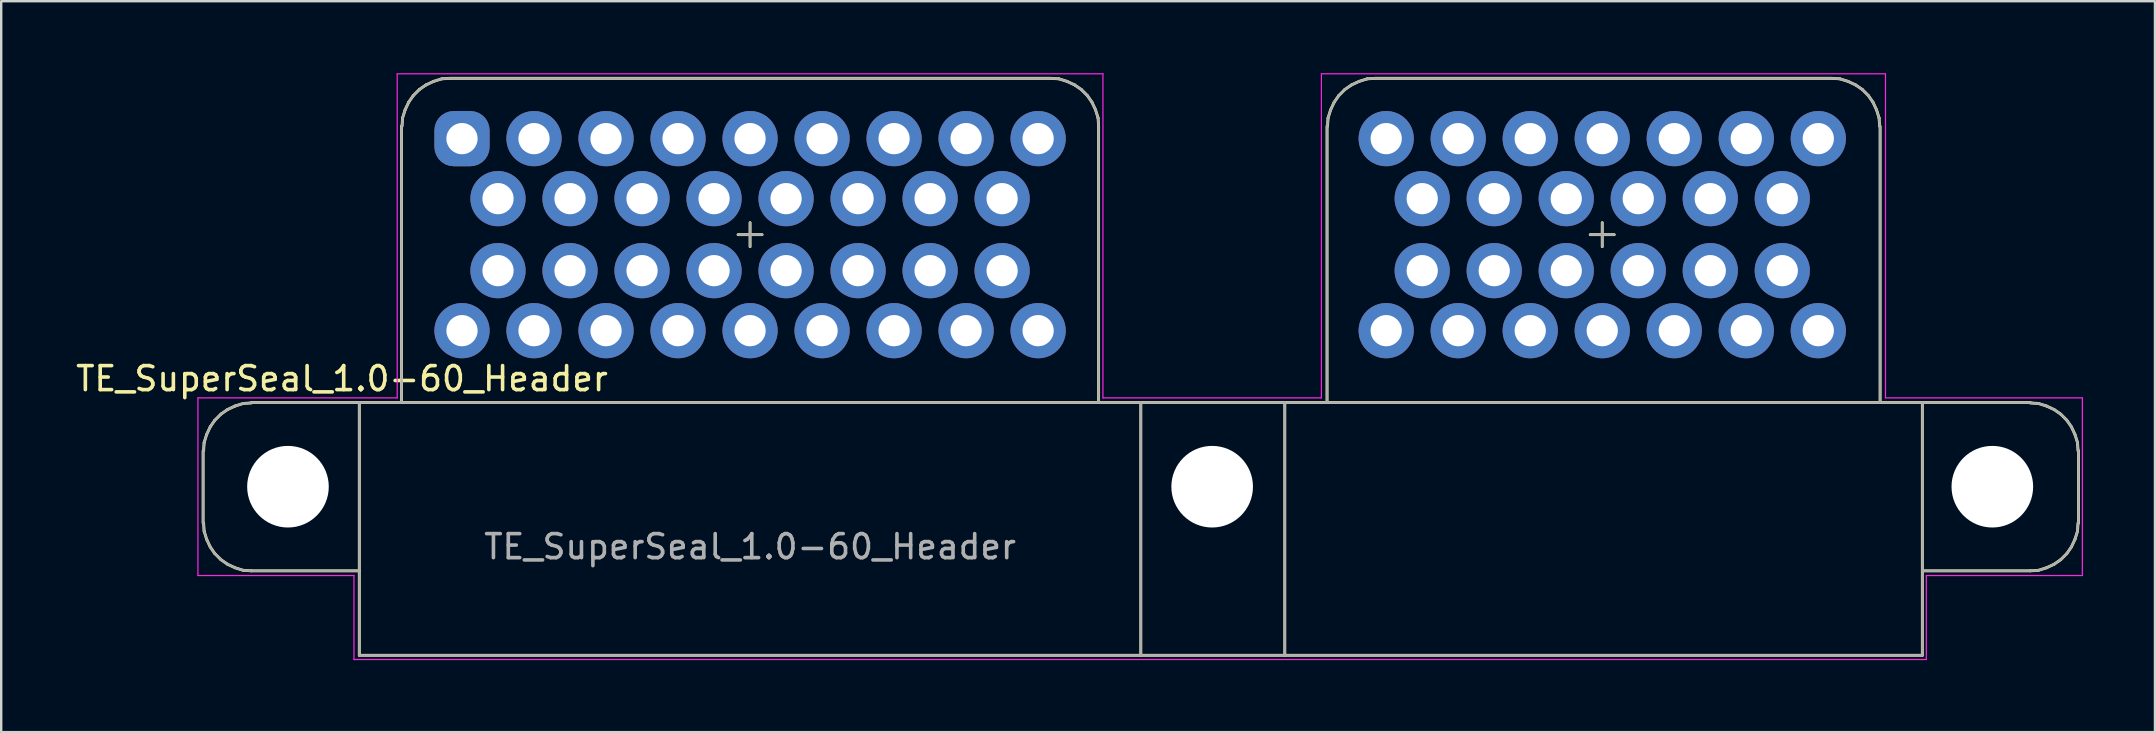
<source format=kicad_pcb>
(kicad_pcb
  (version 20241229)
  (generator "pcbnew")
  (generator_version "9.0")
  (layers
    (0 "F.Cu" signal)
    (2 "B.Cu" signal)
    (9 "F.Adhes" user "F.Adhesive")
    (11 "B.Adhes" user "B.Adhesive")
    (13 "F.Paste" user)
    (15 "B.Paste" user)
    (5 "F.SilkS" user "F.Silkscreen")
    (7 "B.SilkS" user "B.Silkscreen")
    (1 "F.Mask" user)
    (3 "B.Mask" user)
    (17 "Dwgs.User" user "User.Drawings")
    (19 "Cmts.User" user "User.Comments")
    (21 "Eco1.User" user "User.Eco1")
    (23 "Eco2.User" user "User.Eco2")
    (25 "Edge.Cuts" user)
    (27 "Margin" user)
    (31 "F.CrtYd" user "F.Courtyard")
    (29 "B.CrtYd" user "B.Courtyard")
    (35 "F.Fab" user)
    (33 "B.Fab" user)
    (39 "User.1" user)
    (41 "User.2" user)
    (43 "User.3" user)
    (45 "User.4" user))
  (footprint "TE_SuperSeal_1.0-60_Header"
    (layer "F.Cu")
    (at 16.196 2.725)
    (property "Reference" "TE_SuperSeal_1.0-60_Header" (at -5 10 0) (layer "F.SilkS") (effects (font (size 1 1) (thickness 0.15))))
    (attr through_hole)
    (fp_line (start -10.785 16.013) (end -10.785 13.003) (stroke (width 0.12) (type solid)) (layer "F.SilkS"))
    (fp_line (start -10.764 16.013) (end -10.743 16.352) (stroke (width 0.12) (type solid)) (layer "F.SilkS"))
    (fp_line (start -10.743 16.352) (end -10.637 16.691) (stroke (width 0.12) (type solid)) (layer "F.SilkS"))
    (fp_line (start -10.743 12.664) (end -10.764 13.003) (stroke (width 0.12) (type solid)) (layer "F.SilkS"))
    (fp_line (start -10.637 16.691) (end -10.489 17.009) (stroke (width 0.12) (type solid)) (layer "F.SilkS"))
    (fp_line (start -10.637 12.325) (end -10.743 12.664) (stroke (width 0.12) (type solid)) (layer "F.SilkS"))
    (fp_line (start -10.489 17.009) (end -10.298 17.285) (stroke (width 0.12) (type solid)) (layer "F.SilkS"))
    (fp_line (start -10.489 12.007) (end -10.637 12.325) (stroke (width 0.12) (type solid)) (layer "F.SilkS"))
    (fp_line (start -10.298 17.285) (end -10.043 17.539) (stroke (width 0.12) (type solid)) (layer "F.SilkS"))
    (fp_line (start -10.298 11.732) (end -10.489 12.007) (stroke (width 0.12) (type solid)) (layer "F.SilkS"))
    (fp_line (start -10.043 17.539) (end -9.768 17.73) (stroke (width 0.12) (type solid)) (layer "F.SilkS"))
    (fp_line (start -10.043 11.477) (end -10.298 11.732) (stroke (width 0.12) (type solid)) (layer "F.SilkS"))
    (fp_line (start -9.768 17.73) (end -9.45 17.878) (stroke (width 0.12) (type solid)) (layer "F.SilkS"))
    (fp_line (start -9.768 11.286) (end -10.043 11.477) (stroke (width 0.12) (type solid)) (layer "F.SilkS"))
    (fp_line (start -9.45 17.878) (end -9.111 17.984) (stroke (width 0.12) (type solid)) (layer "F.SilkS"))
    (fp_line (start -9.45 11.138) (end -9.768 11.286) (stroke (width 0.12) (type solid)) (layer "F.SilkS"))
    (fp_line (start -9.111 17.984) (end -8.772 18.005) (stroke (width 0.12) (type solid)) (layer "F.SilkS"))
    (fp_line (start -9.111 11.032) (end -9.45 11.138) (stroke (width 0.12) (type solid)) (layer "F.SilkS"))
    (fp_line (start -8.772 11.011) (end -9.111 11.032) (stroke (width 0.12) (type solid)) (layer "F.SilkS"))
    (fp_line (start -4.278 18.005) (end -8.772 18.005) (stroke (width 0.12) (type solid)) (layer "F.SilkS"))
    (fp_line (start -4.278 21.524) (end -4.278 10.99) (stroke (width 0.12) (type solid)) (layer "F.SilkS"))
    (fp_line (start -2.519 10.99) (end -2.519 -0.519) (stroke (width 0.12) (type solid)) (layer "F.SilkS"))
    (fp_line (start -2.476 -0.859) (end -2.498 -0.519) (stroke (width 0.12) (type solid)) (layer "F.SilkS"))
    (fp_line (start -2.371 -1.198) (end -2.476 -0.859) (stroke (width 0.12) (type solid)) (layer "F.SilkS"))
    (fp_line (start -2.222 -1.516) (end -2.371 -1.198) (stroke (width 0.12) (type solid)) (layer "F.SilkS"))
    (fp_line (start -2.031 -1.791) (end -2.222 -1.516) (stroke (width 0.12) (type solid)) (layer "F.SilkS"))
    (fp_line (start -1.777 -2.046) (end -2.031 -1.791) (stroke (width 0.12) (type solid)) (layer "F.SilkS"))
    (fp_line (start -1.502 -2.236) (end -1.777 -2.046) (stroke (width 0.12) (type solid)) (layer "F.SilkS"))
    (fp_line (start -1.184 -2.385) (end -1.502 -2.236) (stroke (width 0.12) (type solid)) (layer "F.SilkS"))
    (fp_line (start -0.844 -2.491) (end -1.184 -2.385) (stroke (width 0.12) (type solid)) (layer "F.SilkS"))
    (fp_line (start -0.505 -2.512) (end -0.844 -2.491) (stroke (width 0.12) (type solid)) (layer "F.SilkS"))
    (fp_line (start -0.505 -2.512) (end 24.527 -2.512) (stroke (width 0.12) (type solid)) (layer "F.SilkS"))
    (fp_line (start 11.5 4) (end 12.5 4) (stroke (width 0.12) (type solid)) (layer "F.SilkS"))
    (fp_line (start 12 4.5) (end 12 3.5) (stroke (width 0.12) (type solid)) (layer "F.SilkS"))
    (fp_line (start 24.866 -2.491) (end 24.526 -2.512) (stroke (width 0.12) (type solid)) (layer "F.SilkS"))
    (fp_line (start 25.205 -2.385) (end 24.866 -2.491) (stroke (width 0.12) (type solid)) (layer "F.SilkS"))
    (fp_line (start 25.523 -2.236) (end 25.205 -2.385) (stroke (width 0.12) (type solid)) (layer "F.SilkS"))
    (fp_line (start 25.798 -2.046) (end 25.523 -2.236) (stroke (width 0.12) (type solid)) (layer "F.SilkS"))
    (fp_line (start 26.053 -1.791) (end 25.798 -2.046) (stroke (width 0.12) (type solid)) (layer "F.SilkS"))
    (fp_line (start 26.243 -1.516) (end 26.053 -1.791) (stroke (width 0.12) (type solid)) (layer "F.SilkS"))
    (fp_line (start 26.392 -1.198) (end 26.243 -1.516) (stroke (width 0.12) (type solid)) (layer "F.SilkS"))
    (fp_line (start 26.498 -0.859) (end 26.392 -1.198) (stroke (width 0.12) (type solid)) (layer "F.SilkS"))
    (fp_line (start 26.519 -0.519) (end 26.498 -0.859) (stroke (width 0.12) (type solid)) (layer "F.SilkS"))
    (fp_line (start 26.519 10.99) (end 26.519 -0.519) (stroke (width 0.12) (type solid)) (layer "F.SilkS"))
    (fp_line (start 28.278 21.534) (end 28.278 10.99) (stroke (width 0.12) (type solid)) (layer "F.SilkS"))
    (fp_line (start 34.276 21.532) (end 34.276 10.99) (stroke (width 0.12) (type solid)) (layer "F.SilkS"))
    (fp_line (start 36.036 10.99) (end 36.036 -0.519) (stroke (width 0.12) (type solid)) (layer "F.SilkS"))
    (fp_line (start 36.078 -0.859) (end 36.057 -0.519) (stroke (width 0.12) (type solid)) (layer "F.SilkS"))
    (fp_line (start 36.184 -1.198) (end 36.078 -0.859) (stroke (width 0.12) (type solid)) (layer "F.SilkS"))
    (fp_line (start 36.332 -1.516) (end 36.184 -1.198) (stroke (width 0.12) (type solid)) (layer "F.SilkS"))
    (fp_line (start 36.523 -1.791) (end 36.332 -1.516) (stroke (width 0.12) (type solid)) (layer "F.SilkS"))
    (fp_line (start 36.777 -2.046) (end 36.523 -1.791) (stroke (width 0.12) (type solid)) (layer "F.SilkS"))
    (fp_line (start 37.053 -2.236) (end 36.777 -2.046) (stroke (width 0.12) (type solid)) (layer "F.SilkS"))
    (fp_line (start 37.371 -2.385) (end 37.053 -2.236) (stroke (width 0.12) (type solid)) (layer "F.SilkS"))
    (fp_line (start 37.71 -2.491) (end 37.371 -2.385) (stroke (width 0.12) (type solid)) (layer "F.SilkS"))
    (fp_line (start 38.049 -2.512) (end 37.71 -2.491) (stroke (width 0.12) (type solid)) (layer "F.SilkS"))
    (fp_line (start 47 4) (end 48 4) (stroke (width 0.12) (type solid)) (layer "F.SilkS"))
    (fp_line (start 47.5 4.5) (end 47.5 3.5) (stroke (width 0.12) (type solid)) (layer "F.SilkS"))
    (fp_line (start 57.062 -2.512) (end 38.049 -2.512) (stroke (width 0.12) (type solid)) (layer "F.SilkS"))
    (fp_line (start 57.401 -2.491) (end 57.062 -2.512) (stroke (width 0.12) (type solid)) (layer "F.SilkS"))
    (fp_line (start 57.74 -2.385) (end 57.401 -2.491) (stroke (width 0.12) (type solid)) (layer "F.SilkS"))
    (fp_line (start 58.058 -2.236) (end 57.74 -2.385) (stroke (width 0.12) (type solid)) (layer "F.SilkS"))
    (fp_line (start 58.334 -2.046) (end 58.058 -2.236) (stroke (width 0.12) (type solid)) (layer "F.SilkS"))
    (fp_line (start 58.588 -1.791) (end 58.334 -2.046) (stroke (width 0.12) (type solid)) (layer "F.SilkS"))
    (fp_line (start 58.778 -1.516) (end 58.588 -1.791) (stroke (width 0.12) (type solid)) (layer "F.SilkS"))
    (fp_line (start 58.927 -1.198) (end 58.778 -1.516) (stroke (width 0.12) (type solid)) (layer "F.SilkS"))
    (fp_line (start 59.033 -0.859) (end 58.927 -1.198) (stroke (width 0.12) (type solid)) (layer "F.SilkS"))
    (fp_line (start 59.054 -0.519) (end 59.033 -0.859) (stroke (width 0.12) (type solid)) (layer "F.SilkS"))
    (fp_line (start 59.075 10.99) (end 59.075 -0.519) (stroke (width 0.12) (type solid)) (layer "F.SilkS"))
    (fp_line (start 60.835 18.005) (end 65.328 18.005) (stroke (width 0.12) (type solid)) (layer "F.SilkS"))
    (fp_line (start 60.835 21.524) (end -4.278 21.524) (stroke (width 0.12) (type solid)) (layer "F.SilkS"))
    (fp_line (start 60.835 21.524) (end 60.835 10.99) (stroke (width 0.12) (type solid)) (layer "F.SilkS"))
    (fp_line (start 65.328 10.99) (end -8.772 10.99) (stroke (width 0.12) (type solid)) (layer "F.SilkS"))
    (fp_line (start 65.328 18.005) (end 65.667 17.984) (stroke (width 0.12) (type solid)) (layer "F.SilkS"))
    (fp_line (start 65.667 11.032) (end 65.328 11.011) (stroke (width 0.12) (type solid)) (layer "F.SilkS"))
    (fp_line (start 65.667 17.984) (end 66.006 17.878) (stroke (width 0.12) (type solid)) (layer "F.SilkS"))
    (fp_line (start 66.006 11.138) (end 65.667 11.032) (stroke (width 0.12) (type solid)) (layer "F.SilkS"))
    (fp_line (start 66.006 17.878) (end 66.324 17.73) (stroke (width 0.12) (type solid)) (layer "F.SilkS"))
    (fp_line (start 66.324 11.286) (end 66.006 11.138) (stroke (width 0.12) (type solid)) (layer "F.SilkS"))
    (fp_line (start 66.324 17.73) (end 66.6 17.539) (stroke (width 0.12) (type solid)) (layer "F.SilkS"))
    (fp_line (start 66.6 11.477) (end 66.324 11.286) (stroke (width 0.12) (type solid)) (layer "F.SilkS"))
    (fp_line (start 66.6 17.539) (end 66.854 17.285) (stroke (width 0.12) (type solid)) (layer "F.SilkS"))
    (fp_line (start 66.854 11.732) (end 66.6 11.477) (stroke (width 0.12) (type solid)) (layer "F.SilkS"))
    (fp_line (start 66.854 17.285) (end 67.045 17.009) (stroke (width 0.12) (type solid)) (layer "F.SilkS"))
    (fp_line (start 67.045 12.007) (end 66.854 11.732) (stroke (width 0.12) (type solid)) (layer "F.SilkS"))
    (fp_line (start 67.045 17.009) (end 67.193 16.691) (stroke (width 0.12) (type solid)) (layer "F.SilkS"))
    (fp_line (start 67.193 12.325) (end 67.045 12.007) (stroke (width 0.12) (type solid)) (layer "F.SilkS"))
    (fp_line (start 67.193 16.691) (end 67.299 16.352) (stroke (width 0.12) (type solid)) (layer "F.SilkS"))
    (fp_line (start 67.299 12.664) (end 67.193 12.325) (stroke (width 0.12) (type solid)) (layer "F.SilkS"))
    (fp_line (start 67.299 16.352) (end 67.32 16.013) (stroke (width 0.12) (type solid)) (layer "F.SilkS"))
    (fp_line (start 67.32 13.003) (end 67.299 12.664) (stroke (width 0.12) (type solid)) (layer "F.SilkS"))
    (fp_line (start 67.342 16.013) (end 67.342 13.003) (stroke (width 0.12) (type solid)) (layer "F.SilkS"))
    (fp_line (start -11 10.8) (end -11 18.2) (stroke (width 0.05) (type solid)) (layer "F.CrtYd"))
    (fp_line (start -11 18.2) (end -4.5 18.2) (stroke (width 0.05) (type solid)) (layer "F.CrtYd"))
    (fp_line (start -4.5 18.2) (end -4.5 21.7) (stroke (width 0.05) (type solid)) (layer "F.CrtYd"))
    (fp_line (start -4.5 21.7) (end 61 21.7) (stroke (width 0.05) (type solid)) (layer "F.CrtYd"))
    (fp_line (start -2.7 -2.7) (end -2.7 10.8) (stroke (width 0.05) (type solid)) (layer "F.CrtYd"))
    (fp_line (start -2.7 10.8) (end -11 10.8) (stroke (width 0.05) (type solid)) (layer "F.CrtYd"))
    (fp_line (start 26.7 -2.7) (end -2.7 -2.7) (stroke (width 0.05) (type solid)) (layer "F.CrtYd"))
    (fp_line (start 26.7 10.8) (end 26.7 -2.7) (stroke (width 0.05) (type solid)) (layer "F.CrtYd"))
    (fp_line (start 35.8 -2.7) (end 35.8 10.8) (stroke (width 0.05) (type solid)) (layer "F.CrtYd"))
    (fp_line (start 35.8 10.8) (end 26.7 10.8) (stroke (width 0.05) (type solid)) (layer "F.CrtYd"))
    (fp_line (start 59.3 -2.7) (end 35.8 -2.7) (stroke (width 0.05) (type solid)) (layer "F.CrtYd"))
    (fp_line (start 59.3 10.8) (end 59.3 -2.7) (stroke (width 0.05) (type solid)) (layer "F.CrtYd"))
    (fp_line (start 61 18.2) (end 67.5 18.2) (stroke (width 0.05) (type solid)) (layer "F.CrtYd"))
    (fp_line (start 61 21.7) (end 61 18.2) (stroke (width 0.05) (type solid)) (layer "F.CrtYd"))
    (fp_line (start 67.5 10.8) (end 59.3 10.8) (stroke (width 0.05) (type solid)) (layer "F.CrtYd"))
    (fp_line (start 67.5 18.2) (end 67.5 10.8) (stroke (width 0.05) (type solid)) (layer "F.CrtYd"))
    (fp_line (start -10.785 16.013) (end -10.785 13.003) (stroke (width 0.1) (type solid)) (layer "F.Fab"))
    (fp_line (start -10.764 16.013) (end -10.743 16.352) (stroke (width 0.1) (type solid)) (layer "F.Fab"))
    (fp_line (start -10.743 16.352) (end -10.637 16.691) (stroke (width 0.1) (type solid)) (layer "F.Fab"))
    (fp_line (start -10.743 12.664) (end -10.764 13.003) (stroke (width 0.1) (type solid)) (layer "F.Fab"))
    (fp_line (start -10.637 16.691) (end -10.489 17.009) (stroke (width 0.1) (type solid)) (layer "F.Fab"))
    (fp_line (start -10.637 12.325) (end -10.743 12.664) (stroke (width 0.1) (type solid)) (layer "F.Fab"))
    (fp_line (start -10.489 17.009) (end -10.298 17.285) (stroke (width 0.1) (type solid)) (layer "F.Fab"))
    (fp_line (start -10.489 12.007) (end -10.637 12.325) (stroke (width 0.1) (type solid)) (layer "F.Fab"))
    (fp_line (start -10.298 17.285) (end -10.043 17.539) (stroke (width 0.1) (type solid)) (layer "F.Fab"))
    (fp_line (start -10.298 11.732) (end -10.489 12.007) (stroke (width 0.1) (type solid)) (layer "F.Fab"))
    (fp_line (start -10.043 17.539) (end -9.768 17.73) (stroke (width 0.1) (type solid)) (layer "F.Fab"))
    (fp_line (start -10.043 11.477) (end -10.298 11.732) (stroke (width 0.1) (type solid)) (layer "F.Fab"))
    (fp_line (start -9.768 17.73) (end -9.45 17.878) (stroke (width 0.1) (type solid)) (layer "F.Fab"))
    (fp_line (start -9.768 11.286) (end -10.043 11.477) (stroke (width 0.1) (type solid)) (layer "F.Fab"))
    (fp_line (start -9.45 17.878) (end -9.111 17.984) (stroke (width 0.1) (type solid)) (layer "F.Fab"))
    (fp_line (start -9.45 11.138) (end -9.768 11.286) (stroke (width 0.1) (type solid)) (layer "F.Fab"))
    (fp_line (start -9.111 17.984) (end -8.772 18.005) (stroke (width 0.1) (type solid)) (layer "F.Fab"))
    (fp_line (start -9.111 11.032) (end -9.45 11.138) (stroke (width 0.1) (type solid)) (layer "F.Fab"))
    (fp_line (start -8.772 11.011) (end -9.111 11.032) (stroke (width 0.1) (type solid)) (layer "F.Fab"))
    (fp_line (start -4.278 18.005) (end -8.772 18.005) (stroke (width 0.1) (type solid)) (layer "F.Fab"))
    (fp_line (start -4.278 21.524) (end -4.278 10.99) (stroke (width 0.1) (type solid)) (layer "F.Fab"))
    (fp_line (start -2.519 10.99) (end -2.519 -0.519) (stroke (width 0.1) (type solid)) (layer "F.Fab"))
    (fp_line (start -2.476 -0.859) (end -2.498 -0.519) (stroke (width 0.1) (type solid)) (layer "F.Fab"))
    (fp_line (start -2.371 -1.198) (end -2.476 -0.859) (stroke (width 0.1) (type solid)) (layer "F.Fab"))
    (fp_line (start -2.222 -1.516) (end -2.371 -1.198) (stroke (width 0.1) (type solid)) (layer "F.Fab"))
    (fp_line (start -2.031 -1.791) (end -2.222 -1.516) (stroke (width 0.1) (type solid)) (layer "F.Fab"))
    (fp_line (start -1.777 -2.046) (end -2.031 -1.791) (stroke (width 0.1) (type solid)) (layer "F.Fab"))
    (fp_line (start -1.502 -2.236) (end -1.777 -2.046) (stroke (width 0.1) (type solid)) (layer "F.Fab"))
    (fp_line (start -1.184 -2.385) (end -1.502 -2.236) (stroke (width 0.1) (type solid)) (layer "F.Fab"))
    (fp_line (start -0.844 -2.491) (end -1.184 -2.385) (stroke (width 0.1) (type solid)) (layer "F.Fab"))
    (fp_line (start -0.505 -2.512) (end -0.844 -2.491) (stroke (width 0.1) (type solid)) (layer "F.Fab"))
    (fp_line (start -0.505 -2.512) (end 24.527 -2.512) (stroke (width 0.1) (type solid)) (layer "F.Fab"))
    (fp_line (start 11.5 4) (end 12.5 4) (stroke (width 0.1) (type solid)) (layer "F.Fab"))
    (fp_line (start 12 4.5) (end 12 3.5) (stroke (width 0.1) (type solid)) (layer "F.Fab"))
    (fp_line (start 24.866 -2.491) (end 24.526 -2.512) (stroke (width 0.1) (type solid)) (layer "F.Fab"))
    (fp_line (start 25.205 -2.385) (end 24.866 -2.491) (stroke (width 0.1) (type solid)) (layer "F.Fab"))
    (fp_line (start 25.523 -2.236) (end 25.205 -2.385) (stroke (width 0.1) (type solid)) (layer "F.Fab"))
    (fp_line (start 25.798 -2.046) (end 25.523 -2.236) (stroke (width 0.1) (type solid)) (layer "F.Fab"))
    (fp_line (start 26.053 -1.791) (end 25.798 -2.046) (stroke (width 0.1) (type solid)) (layer "F.Fab"))
    (fp_line (start 26.243 -1.516) (end 26.053 -1.791) (stroke (width 0.1) (type solid)) (layer "F.Fab"))
    (fp_line (start 26.392 -1.198) (end 26.243 -1.516) (stroke (width 0.1) (type solid)) (layer "F.Fab"))
    (fp_line (start 26.498 -0.859) (end 26.392 -1.198) (stroke (width 0.1) (type solid)) (layer "F.Fab"))
    (fp_line (start 26.519 -0.519) (end 26.498 -0.859) (stroke (width 0.1) (type solid)) (layer "F.Fab"))
    (fp_line (start 26.519 10.99) (end 26.519 -0.519) (stroke (width 0.1) (type solid)) (layer "F.Fab"))
    (fp_line (start 28.278 21.534) (end 28.278 10.99) (stroke (width 0.1) (type solid)) (layer "F.Fab"))
    (fp_line (start 34.276 21.532) (end 34.276 10.99) (stroke (width 0.1) (type solid)) (layer "F.Fab"))
    (fp_line (start 36.036 10.99) (end 36.036 -0.519) (stroke (width 0.1) (type solid)) (layer "F.Fab"))
    (fp_line (start 36.078 -0.859) (end 36.057 -0.519) (stroke (width 0.1) (type solid)) (layer "F.Fab"))
    (fp_line (start 36.184 -1.198) (end 36.078 -0.859) (stroke (width 0.1) (type solid)) (layer "F.Fab"))
    (fp_line (start 36.332 -1.516) (end 36.184 -1.198) (stroke (width 0.1) (type solid)) (layer "F.Fab"))
    (fp_line (start 36.523 -1.791) (end 36.332 -1.516) (stroke (width 0.1) (type solid)) (layer "F.Fab"))
    (fp_line (start 36.777 -2.046) (end 36.523 -1.791) (stroke (width 0.1) (type solid)) (layer "F.Fab"))
    (fp_line (start 37.053 -2.236) (end 36.777 -2.046) (stroke (width 0.1) (type solid)) (layer "F.Fab"))
    (fp_line (start 37.371 -2.385) (end 37.053 -2.236) (stroke (width 0.1) (type solid)) (layer "F.Fab"))
    (fp_line (start 37.71 -2.491) (end 37.371 -2.385) (stroke (width 0.1) (type solid)) (layer "F.Fab"))
    (fp_line (start 38.049 -2.512) (end 37.71 -2.491) (stroke (width 0.1) (type solid)) (layer "F.Fab"))
    (fp_line (start 47 4) (end 48 4) (stroke (width 0.1) (type solid)) (layer "F.Fab"))
    (fp_line (start 47.5 4.5) (end 47.5 3.5) (stroke (width 0.1) (type solid)) (layer "F.Fab"))
    (fp_line (start 57.062 -2.512) (end 38.049 -2.512) (stroke (width 0.1) (type solid)) (layer "F.Fab"))
    (fp_line (start 57.401 -2.491) (end 57.062 -2.512) (stroke (width 0.1) (type solid)) (layer "F.Fab"))
    (fp_line (start 57.74 -2.385) (end 57.401 -2.491) (stroke (width 0.1) (type solid)) (layer "F.Fab"))
    (fp_line (start 58.058 -2.236) (end 57.74 -2.385) (stroke (width 0.1) (type solid)) (layer "F.Fab"))
    (fp_line (start 58.334 -2.046) (end 58.058 -2.236) (stroke (width 0.1) (type solid)) (layer "F.Fab"))
    (fp_line (start 58.588 -1.791) (end 58.334 -2.046) (stroke (width 0.1) (type solid)) (layer "F.Fab"))
    (fp_line (start 58.778 -1.516) (end 58.588 -1.791) (stroke (width 0.1) (type solid)) (layer "F.Fab"))
    (fp_line (start 58.927 -1.198) (end 58.778 -1.516) (stroke (width 0.1) (type solid)) (layer "F.Fab"))
    (fp_line (start 59.033 -0.859) (end 58.927 -1.198) (stroke (width 0.1) (type solid)) (layer "F.Fab"))
    (fp_line (start 59.054 -0.519) (end 59.033 -0.859) (stroke (width 0.1) (type solid)) (layer "F.Fab"))
    (fp_line (start 59.075 10.99) (end 59.075 -0.519) (stroke (width 0.1) (type solid)) (layer "F.Fab"))
    (fp_line (start 60.835 18.005) (end 65.328 18.005) (stroke (width 0.1) (type solid)) (layer "F.Fab"))
    (fp_line (start 60.835 21.524) (end -4.278 21.524) (stroke (width 0.1) (type solid)) (layer "F.Fab"))
    (fp_line (start 60.835 21.524) (end 60.835 10.99) (stroke (width 0.1) (type solid)) (layer "F.Fab"))
    (fp_line (start 65.328 10.99) (end -8.772 10.99) (stroke (width 0.1) (type solid)) (layer "F.Fab"))
    (fp_line (start 65.328 18.005) (end 65.667 17.984) (stroke (width 0.1) (type solid)) (layer "F.Fab"))
    (fp_line (start 65.667 11.032) (end 65.328 11.011) (stroke (width 0.1) (type solid)) (layer "F.Fab"))
    (fp_line (start 65.667 17.984) (end 66.006 17.878) (stroke (width 0.1) (type solid)) (layer "F.Fab"))
    (fp_line (start 66.006 11.138) (end 65.667 11.032) (stroke (width 0.1) (type solid)) (layer "F.Fab"))
    (fp_line (start 66.006 17.878) (end 66.324 17.73) (stroke (width 0.1) (type solid)) (layer "F.Fab"))
    (fp_line (start 66.324 11.286) (end 66.006 11.138) (stroke (width 0.1) (type solid)) (layer "F.Fab"))
    (fp_line (start 66.324 17.73) (end 66.6 17.539) (stroke (width 0.1) (type solid)) (layer "F.Fab"))
    (fp_line (start 66.6 11.477) (end 66.324 11.286) (stroke (width 0.1) (type solid)) (layer "F.Fab"))
    (fp_line (start 66.6 17.539) (end 66.854 17.285) (stroke (width 0.1) (type solid)) (layer "F.Fab"))
    (fp_line (start 66.854 11.732) (end 66.6 11.477) (stroke (width 0.1) (type solid)) (layer "F.Fab"))
    (fp_line (start 66.854 17.285) (end 67.045 17.009) (stroke (width 0.1) (type solid)) (layer "F.Fab"))
    (fp_line (start 67.045 12.007) (end 66.854 11.732) (stroke (width 0.1) (type solid)) (layer "F.Fab"))
    (fp_line (start 67.045 17.009) (end 67.193 16.691) (stroke (width 0.1) (type solid)) (layer "F.Fab"))
    (fp_line (start 67.193 12.325) (end 67.045 12.007) (stroke (width 0.1) (type solid)) (layer "F.Fab"))
    (fp_line (start 67.193 16.691) (end 67.299 16.352) (stroke (width 0.1) (type solid)) (layer "F.Fab"))
    (fp_line (start 67.299 12.664) (end 67.193 12.325) (stroke (width 0.1) (type solid)) (layer "F.Fab"))
    (fp_line (start 67.299 16.352) (end 67.32 16.013) (stroke (width 0.1) (type solid)) (layer "F.Fab"))
    (fp_line (start 67.32 13.003) (end 67.299 12.664) (stroke (width 0.1) (type solid)) (layer "F.Fab"))
    (fp_line (start 67.342 16.013) (end 67.342 13.003) (stroke (width 0.1) (type solid)) (layer "F.Fab"))
    (fp_text user "${REFERENCE}" (at 12 17 0) (layer "F.Fab") (effects (font (size 1 1) (thickness 0.15))))
    (pad "" np_thru_hole circle (at -7.25 14.5) (size 3.4 3.4) (drill 3.4) (layers "*.Cu" "*.Mask"))
    (pad "" np_thru_hole circle (at 31.25 14.5) (size 3.4 3.4) (drill 3.4) (layers "*.Cu" "*.Mask"))
    (pad "" np_thru_hole circle (at 63.75 14.5) (size 3.4 3.4) (drill 3.4) (layers "*.Cu" "*.Mask"))
    (pad "A1" thru_hole roundrect (at 0 0) (size 2.3 2.3) (drill 1.3) (layers "*.Cu" "*.Mask") (roundrect_rratio 0.35))
    (pad "A2" thru_hole circle (at 3 0) (size 2.3 2.3) (drill 1.3) (layers "*.Cu" "*.Mask"))
    (pad "A3" thru_hole circle (at 6 0) (size 2.3 2.3) (drill 1.3) (layers "*.Cu" "*.Mask"))
    (pad "A4" thru_hole circle (at 9 0) (size 2.3 2.3) (drill 1.3) (layers "*.Cu" "*.Mask"))
    (pad "A5" thru_hole circle (at 12 0) (size 2.3 2.3) (drill 1.3) (layers "*.Cu" "*.Mask"))
    (pad "A6" thru_hole circle (at 15 0) (size 2.3 2.3) (drill 1.3) (layers "*.Cu" "*.Mask"))
    (pad "A7" thru_hole circle (at 18 0) (size 2.3 2.3) (drill 1.3) (layers "*.Cu" "*.Mask"))
    (pad "A8" thru_hole circle (at 21 0) (size 2.3 2.3) (drill 1.3) (layers "*.Cu" "*.Mask"))
    (pad "A9" thru_hole circle (at 24 0) (size 2.3 2.3) (drill 1.3) (layers "*.Cu" "*.Mask"))
    (pad "A10" thru_hole circle (at 1.5 2.5) (size 2.3 2.3) (drill 1.3) (layers "*.Cu" "*.Mask"))
    (pad "A11" thru_hole circle (at 4.5 2.5) (size 2.3 2.3) (drill 1.3) (layers "*.Cu" "*.Mask"))
    (pad "A12" thru_hole circle (at 7.5 2.5) (size 2.3 2.3) (drill 1.3) (layers "*.Cu" "*.Mask"))
    (pad "A13" thru_hole circle (at 10.5 2.5) (size 2.3 2.3) (drill 1.3) (layers "*.Cu" "*.Mask"))
    (pad "A14" thru_hole circle (at 13.5 2.5) (size 2.3 2.3) (drill 1.3) (layers "*.Cu" "*.Mask"))
    (pad "A15" thru_hole circle (at 16.5 2.5) (size 2.3 2.3) (drill 1.3) (layers "*.Cu" "*.Mask"))
    (pad "A16" thru_hole circle (at 19.5 2.5) (size 2.3 2.3) (drill 1.3) (layers "*.Cu" "*.Mask"))
    (pad "A17" thru_hole circle (at 22.5 2.5) (size 2.3 2.3) (drill 1.3) (layers "*.Cu" "*.Mask"))
    (pad "A18" thru_hole circle (at 1.5 5.5) (size 2.3 2.3) (drill 1.3) (layers "*.Cu" "*.Mask"))
    (pad "A19" thru_hole circle (at 4.5 5.5) (size 2.3 2.3) (drill 1.3) (layers "*.Cu" "*.Mask"))
    (pad "A20" thru_hole circle (at 7.5 5.5) (size 2.3 2.3) (drill 1.3) (layers "*.Cu" "*.Mask"))
    (pad "A21" thru_hole circle (at 10.5 5.5) (size 2.3 2.3) (drill 1.3) (layers "*.Cu" "*.Mask"))
    (pad "A22" thru_hole circle (at 13.5 5.5) (size 2.3 2.3) (drill 1.3) (layers "*.Cu" "*.Mask"))
    (pad "A23" thru_hole circle (at 16.5 5.5) (size 2.3 2.3) (drill 1.3) (layers "*.Cu" "*.Mask"))
    (pad "A24" thru_hole circle (at 19.5 5.5) (size 2.3 2.3) (drill 1.3) (layers "*.Cu" "*.Mask"))
    (pad "A25" thru_hole circle (at 22.5 5.5) (size 2.3 2.3) (drill 1.3) (layers "*.Cu" "*.Mask"))
    (pad "A26" thru_hole circle (at 0 8) (size 2.3 2.3) (drill 1.3) (layers "*.Cu" "*.Mask"))
    (pad "A27" thru_hole circle (at 3 8) (size 2.3 2.3) (drill 1.3) (layers "*.Cu" "*.Mask"))
    (pad "A28" thru_hole circle (at 6 8) (size 2.3 2.3) (drill 1.3) (layers "*.Cu" "*.Mask"))
    (pad "A29" thru_hole circle (at 9 8) (size 2.3 2.3) (drill 1.3) (layers "*.Cu" "*.Mask"))
    (pad "A30" thru_hole circle (at 12 8) (size 2.3 2.3) (drill 1.3) (layers "*.Cu" "*.Mask"))
    (pad "A31" thru_hole circle (at 15 8) (size 2.3 2.3) (drill 1.3) (layers "*.Cu" "*.Mask"))
    (pad "A32" thru_hole circle (at 18 8) (size 2.3 2.3) (drill 1.3) (layers "*.Cu" "*.Mask"))
    (pad "A33" thru_hole circle (at 21 8) (size 2.3 2.3) (drill 1.3) (layers "*.Cu" "*.Mask"))
    (pad "A34" thru_hole circle (at 24 8) (size 2.3 2.3) (drill 1.3) (layers "*.Cu" "*.Mask"))
    (pad "B1" thru_hole circle (at 38.5 0) (size 2.3 2.3) (drill 1.3) (layers "*.Cu" "*.Mask"))
    (pad "B2" thru_hole circle (at 41.5 0) (size 2.3 2.3) (drill 1.3) (layers "*.Cu" "*.Mask"))
    (pad "B3" thru_hole circle (at 44.5 0) (size 2.3 2.3) (drill 1.3) (layers "*.Cu" "*.Mask"))
    (pad "B4" thru_hole circle (at 47.5 0) (size 2.3 2.3) (drill 1.3) (layers "*.Cu" "*.Mask"))
    (pad "B5" thru_hole circle (at 50.5 0) (size 2.3 2.3) (drill 1.3) (layers "*.Cu" "*.Mask"))
    (pad "B6" thru_hole circle (at 53.5 0) (size 2.3 2.3) (drill 1.3) (layers "*.Cu" "*.Mask"))
    (pad "B7" thru_hole circle (at 56.5 0) (size 2.3 2.3) (drill 1.3) (layers "*.Cu" "*.Mask"))
    (pad "B8" thru_hole circle (at 40 2.5) (size 2.3 2.3) (drill 1.3) (layers "*.Cu" "*.Mask"))
    (pad "B9" thru_hole circle (at 43 2.5) (size 2.3 2.3) (drill 1.3) (layers "*.Cu" "*.Mask"))
    (pad "B10" thru_hole circle (at 46 2.5) (size 2.3 2.3) (drill 1.3) (layers "*.Cu" "*.Mask"))
    (pad "B11" thru_hole circle (at 49 2.5) (size 2.3 2.3) (drill 1.3) (layers "*.Cu" "*.Mask"))
    (pad "B12" thru_hole circle (at 52 2.5) (size 2.3 2.3) (drill 1.3) (layers "*.Cu" "*.Mask"))
    (pad "B13" thru_hole circle (at 55 2.5) (size 2.3 2.3) (drill 1.3) (layers "*.Cu" "*.Mask"))
    (pad "B14" thru_hole circle (at 40 5.5) (size 2.3 2.3) (drill 1.3) (layers "*.Cu" "*.Mask"))
    (pad "B15" thru_hole circle (at 43 5.5) (size 2.3 2.3) (drill 1.3) (layers "*.Cu" "*.Mask"))
    (pad "B16" thru_hole circle (at 46 5.5) (size 2.3 2.3) (drill 1.3) (layers "*.Cu" "*.Mask"))
    (pad "B17" thru_hole circle (at 49 5.5) (size 2.3 2.3) (drill 1.3) (layers "*.Cu" "*.Mask"))
    (pad "B18" thru_hole circle (at 52 5.5) (size 2.3 2.3) (drill 1.3) (layers "*.Cu" "*.Mask"))
    (pad "B19" thru_hole circle (at 55 5.5) (size 2.3 2.3) (drill 1.3) (layers "*.Cu" "*.Mask"))
    (pad "B20" thru_hole circle (at 38.5 8) (size 2.3 2.3) (drill 1.3) (layers "*.Cu" "*.Mask"))
    (pad "B21" thru_hole circle (at 41.5 8) (size 2.3 2.3) (drill 1.3) (layers "*.Cu" "*.Mask"))
    (pad "B22" thru_hole circle (at 44.5 8) (size 2.3 2.3) (drill 1.3) (layers "*.Cu" "*.Mask"))
    (pad "B23" thru_hole circle (at 47.5 8) (size 2.3 2.3) (drill 1.3) (layers "*.Cu" "*.Mask"))
    (pad "B24" thru_hole circle (at 50.5 8) (size 2.3 2.3) (drill 1.3) (layers "*.Cu" "*.Mask"))
    (pad "B25" thru_hole circle (at 53.5 8) (size 2.3 2.3) (drill 1.3) (layers "*.Cu" "*.Mask"))
    (pad "B26" thru_hole circle (at 56.5 8) (size 2.3 2.3) (drill 1.3) (layers "*.Cu" "*.Mask")))
  (gr_rect
    (start -3 -3)
    (end 86.721 27.45)
    (stroke (width 0.1) (type default))
    (fill no)
    (layer "Edge.Cuts")))
</source>
